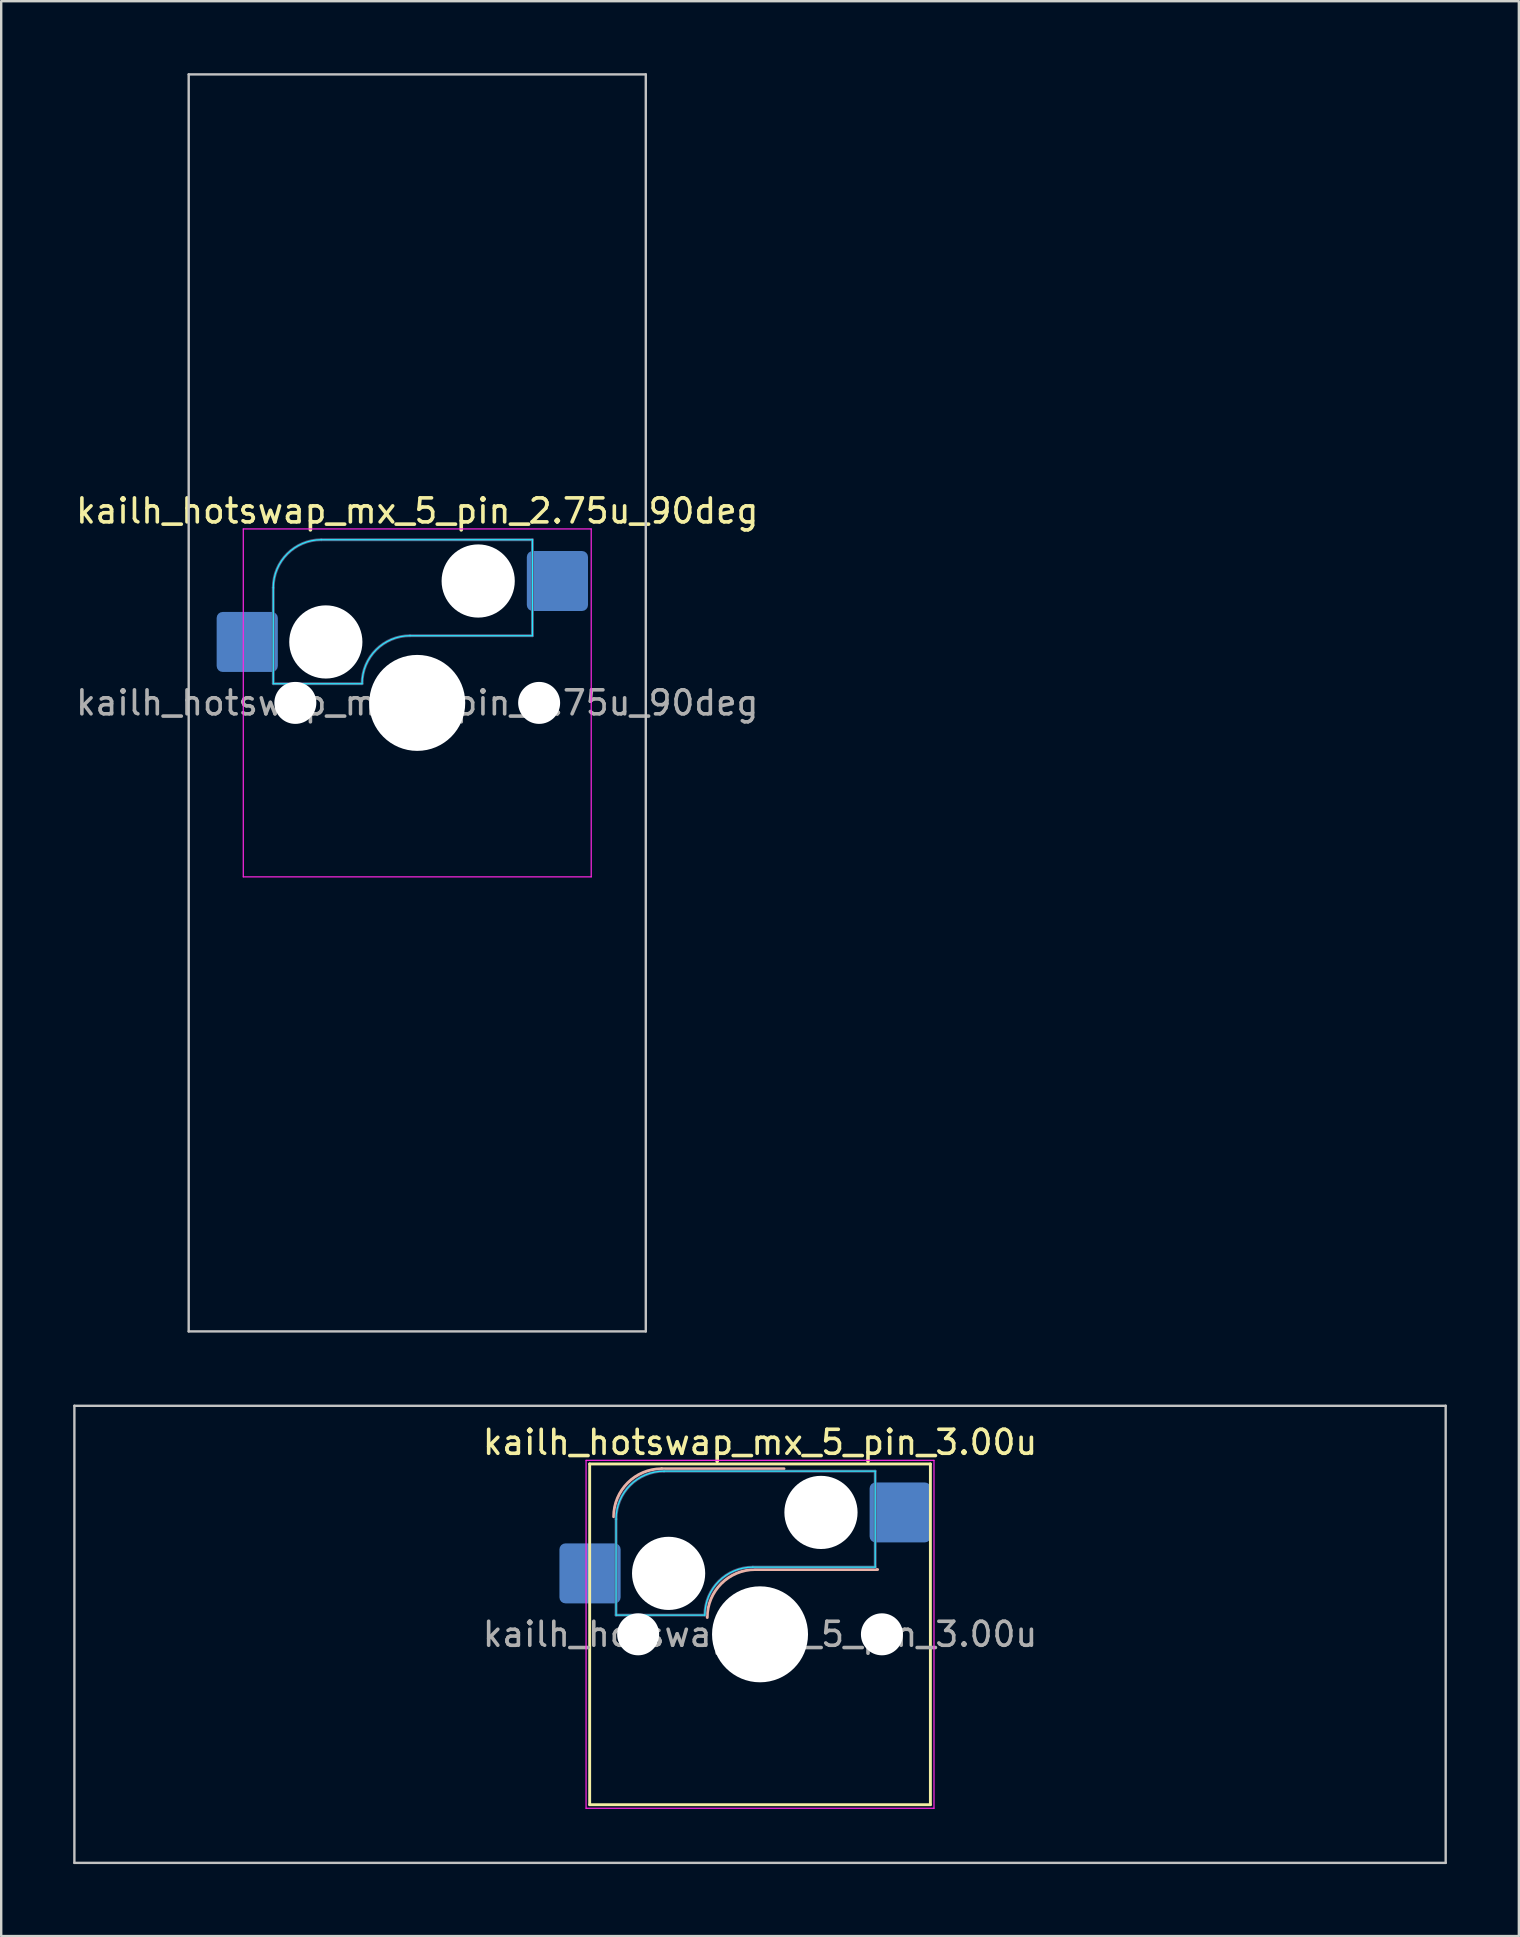
<source format=kicad_pcb>
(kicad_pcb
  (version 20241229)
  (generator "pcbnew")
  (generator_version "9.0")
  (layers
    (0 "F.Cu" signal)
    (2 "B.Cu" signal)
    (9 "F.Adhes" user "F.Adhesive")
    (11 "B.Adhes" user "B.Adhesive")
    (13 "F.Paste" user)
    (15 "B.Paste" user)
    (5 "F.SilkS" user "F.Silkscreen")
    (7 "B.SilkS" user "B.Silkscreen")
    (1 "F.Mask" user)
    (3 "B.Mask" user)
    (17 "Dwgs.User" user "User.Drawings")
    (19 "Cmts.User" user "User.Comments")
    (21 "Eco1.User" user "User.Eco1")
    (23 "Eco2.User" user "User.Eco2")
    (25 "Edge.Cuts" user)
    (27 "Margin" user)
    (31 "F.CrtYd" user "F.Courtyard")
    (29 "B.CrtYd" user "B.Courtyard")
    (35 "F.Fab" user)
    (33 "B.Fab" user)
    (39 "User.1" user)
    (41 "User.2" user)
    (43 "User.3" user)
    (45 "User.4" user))
  (footprint "kailh_hotswap_mx_5_pin_2.75u_90deg"
    (layer "F.Cu")
    (at 14.339 26.244)
    (property "Reference" "kailh_hotswap_mx_5_pin_2.75u_90deg" (at 0 -8 0) (layer "F.SilkS") (effects (font (size 1 1) (thickness 0.15))))
    (attr smd)
    (fp_line (start -9.525 -26.194) (end 9.525 -26.194) (stroke (width 0.1) (type solid)) (layer "Dwgs.User"))
    (fp_line (start -9.525 26.194) (end -9.525 -26.194) (stroke (width 0.1) (type solid)) (layer "Dwgs.User"))
    (fp_line (start 9.525 -26.194) (end 9.525 26.194) (stroke (width 0.1) (type solid)) (layer "Dwgs.User"))
    (fp_line (start 9.525 26.194) (end -9.525 26.194) (stroke (width 0.1) (type solid)) (layer "Dwgs.User"))
    (fp_line (start -6 -0.8) (end -6 -4.8) (stroke (width 0.05) (type solid)) (layer "B.CrtYd"))
    (fp_line (start -6 -0.8) (end -2.3 -0.8) (stroke (width 0.05) (type solid)) (layer "B.CrtYd"))
    (fp_line (start -4 -6.8) (end 4.8 -6.8) (stroke (width 0.05) (type solid)) (layer "B.CrtYd"))
    (fp_line (start -0.3 -2.8) (end 4.8 -2.8) (stroke (width 0.05) (type solid)) (layer "B.CrtYd"))
    (fp_line (start 4.8 -6.8) (end 4.8 -2.8) (stroke (width 0.05) (type solid)) (layer "B.CrtYd"))
    (fp_arc (start -6 -4.8) (mid -5.414214 -6.214214) (end -4 -6.8) (stroke (width 0.05) (type solid)) (layer "B.CrtYd"))
    (fp_arc (start -2.3 -0.8) (mid -1.714214 -2.214214) (end -0.3 -2.8) (stroke (width 0.05) (type solid)) (layer "B.CrtYd"))
    (fp_line (start -7.25 -7.25) (end -7.25 7.25) (stroke (width 0.05) (type solid)) (layer "F.CrtYd"))
    (fp_line (start -7.25 7.25) (end 7.25 7.25) (stroke (width 0.05) (type solid)) (layer "F.CrtYd"))
    (fp_line (start 7.25 -7.25) (end -7.25 -7.25) (stroke (width 0.05) (type solid)) (layer "F.CrtYd"))
    (fp_line (start 7.25 7.25) (end 7.25 -7.25) (stroke (width 0.05) (type solid)) (layer "F.CrtYd"))
    (fp_line (start -6 -0.8) (end -6 -4.8) (stroke (width 0.12) (type solid)) (layer "B.Fab"))
    (fp_line (start -6 -0.8) (end -2.3 -0.8) (stroke (width 0.12) (type solid)) (layer "B.Fab"))
    (fp_line (start -4 -6.8) (end 4.8 -6.8) (stroke (width 0.12) (type solid)) (layer "B.Fab"))
    (fp_line (start -0.3 -2.8) (end 4.8 -2.8) (stroke (width 0.12) (type solid)) (layer "B.Fab"))
    (fp_line (start 4.8 -6.8) (end 4.8 -2.8) (stroke (width 0.12) (type solid)) (layer "B.Fab"))
    (fp_arc (start -6 -4.8) (mid -5.414214 -6.214214) (end -4 -6.8) (stroke (width 0.12) (type solid)) (layer "B.Fab"))
    (fp_arc (start -2.3 -0.8) (mid -1.714214 -2.214214) (end -0.3 -2.8) (stroke (width 0.12) (type solid)) (layer "B.Fab"))
    (fp_text user "${REFERENCE}" (at 0 0 0) (layer "F.Fab") (effects (font (size 1 1) (thickness 0.15))))
    (pad "" np_thru_hole circle (at -5.08 0) (size 1.75 1.75) (drill 1.75) (layers "*.Cu" "*.Mask"))
    (pad "" np_thru_hole circle (at -3.81 -2.54) (size 3.05 3.05) (drill 3.05) (layers "*.Cu" "*.Mask"))
    (pad "" np_thru_hole circle (at 0 0) (size 4 4) (drill 4) (layers "*.Cu" "*.Mask"))
    (pad "" np_thru_hole circle (at 2.54 -5.08) (size 3.05 3.05) (drill 3.05) (layers "*.Cu" "*.Mask"))
    (pad "" np_thru_hole circle (at 5.08 0) (size 1.75 1.75) (drill 1.75) (layers "*.Cu" "*.Mask"))
    (pad "1" smd roundrect (at -7.085 -2.54) (size 2.55 2.5) (layers "B.Cu" "B.Mask" "B.Paste") (roundrect_rratio 0.1))
    (pad "2" smd roundrect (at 5.842 -5.08) (size 2.55 2.5) (layers "B.Cu" "B.Mask" "B.Paste") (roundrect_rratio 0.1)))
  (footprint "kailh_hotswap_mx_5_pin_3.00u"
    (layer "F.Cu")
    (at 28.625 65.062)
    (property "Reference" "kailh_hotswap_mx_5_pin_3.00u" (at 0 -8 0) (layer "F.SilkS") (effects (font (size 1 1) (thickness 0.15))))
    (attr smd)
    (fp_line (start -7.1 -7.1) (end -7.1 7.1) (stroke (width 0.12) (type solid)) (layer "F.SilkS"))
    (fp_line (start -7.1 7.1) (end 7.1 7.1) (stroke (width 0.12) (type solid)) (layer "F.SilkS"))
    (fp_line (start 7.1 -7.1) (end -7.1 -7.1) (stroke (width 0.12) (type solid)) (layer "F.SilkS"))
    (fp_line (start 7.1 7.1) (end 7.1 -7.1) (stroke (width 0.12) (type solid)) (layer "F.SilkS"))
    (fp_line (start -4.1 -6.9) (end 1 -6.9) (stroke (width 0.12) (type solid)) (layer "B.SilkS"))
    (fp_line (start -0.2 -2.7) (end 4.9 -2.7) (stroke (width 0.12) (type solid)) (layer "B.SilkS"))
    (fp_arc (start -6.1 -4.9) (mid -5.514214 -6.314214) (end -4.1 -6.9) (stroke (width 0.12) (type solid)) (layer "B.SilkS"))
    (fp_arc (start -2.2 -0.7) (mid -1.614214 -2.114214) (end -0.2 -2.7) (stroke (width 0.12) (type solid)) (layer "B.SilkS"))
    (fp_line (start -28.575 -9.525) (end -28.575 9.525) (stroke (width 0.1) (type solid)) (layer "Dwgs.User"))
    (fp_line (start -28.575 9.525) (end 28.575 9.525) (stroke (width 0.1) (type solid)) (layer "Dwgs.User"))
    (fp_line (start 28.575 -9.525) (end -28.575 -9.525) (stroke (width 0.1) (type solid)) (layer "Dwgs.User"))
    (fp_line (start 28.575 9.525) (end 28.575 -9.525) (stroke (width 0.1) (type solid)) (layer "Dwgs.User"))
    (fp_line (start -6 -0.8) (end -6 -4.8) (stroke (width 0.05) (type solid)) (layer "B.CrtYd"))
    (fp_line (start -6 -0.8) (end -2.3 -0.8) (stroke (width 0.05) (type solid)) (layer "B.CrtYd"))
    (fp_line (start -4 -6.8) (end 4.8 -6.8) (stroke (width 0.05) (type solid)) (layer "B.CrtYd"))
    (fp_line (start -0.3 -2.8) (end 4.8 -2.8) (stroke (width 0.05) (type solid)) (layer "B.CrtYd"))
    (fp_line (start 4.8 -6.8) (end 4.8 -2.8) (stroke (width 0.05) (type solid)) (layer "B.CrtYd"))
    (fp_arc (start -6 -4.8) (mid -5.414214 -6.214214) (end -4 -6.8) (stroke (width 0.05) (type solid)) (layer "B.CrtYd"))
    (fp_arc (start -2.3 -0.8) (mid -1.714214 -2.214214) (end -0.3 -2.8) (stroke (width 0.05) (type solid)) (layer "B.CrtYd"))
    (fp_line (start -7.25 -7.25) (end -7.25 7.25) (stroke (width 0.05) (type solid)) (layer "F.CrtYd"))
    (fp_line (start -7.25 7.25) (end 7.25 7.25) (stroke (width 0.05) (type solid)) (layer "F.CrtYd"))
    (fp_line (start 7.25 -7.25) (end -7.25 -7.25) (stroke (width 0.05) (type solid)) (layer "F.CrtYd"))
    (fp_line (start 7.25 7.25) (end 7.25 -7.25) (stroke (width 0.05) (type solid)) (layer "F.CrtYd"))
    (fp_line (start -6 -0.8) (end -6 -4.8) (stroke (width 0.12) (type solid)) (layer "B.Fab"))
    (fp_line (start -6 -0.8) (end -2.3 -0.8) (stroke (width 0.12) (type solid)) (layer "B.Fab"))
    (fp_line (start -4 -6.8) (end 4.8 -6.8) (stroke (width 0.12) (type solid)) (layer "B.Fab"))
    (fp_line (start -0.3 -2.8) (end 4.8 -2.8) (stroke (width 0.12) (type solid)) (layer "B.Fab"))
    (fp_line (start 4.8 -6.8) (end 4.8 -2.8) (stroke (width 0.12) (type solid)) (layer "B.Fab"))
    (fp_arc (start -6 -4.8) (mid -5.414214 -6.214214) (end -4 -6.8) (stroke (width 0.12) (type solid)) (layer "B.Fab"))
    (fp_arc (start -2.3 -0.8) (mid -1.714214 -2.214214) (end -0.3 -2.8) (stroke (width 0.12) (type solid)) (layer "B.Fab"))
    (fp_text user "${REFERENCE}" (at 0 0 0) (layer "F.Fab") (effects (font (size 1 1) (thickness 0.15))))
    (pad "" np_thru_hole circle (at -5.08 0) (size 1.75 1.75) (drill 1.75) (layers "*.Cu" "*.Mask"))
    (pad "" np_thru_hole circle (at -3.81 -2.54) (size 3.05 3.05) (drill 3.05) (layers "*.Cu" "*.Mask"))
    (pad "" np_thru_hole circle (at 0 0) (size 4 4) (drill 4) (layers "*.Cu" "*.Mask"))
    (pad "" np_thru_hole circle (at 2.54 -5.08) (size 3.05 3.05) (drill 3.05) (layers "*.Cu" "*.Mask"))
    (pad "" np_thru_hole circle (at 5.08 0) (size 1.75 1.75) (drill 1.75) (layers "*.Cu" "*.Mask"))
    (pad "1" smd roundrect (at -7.085 -2.54) (size 2.55 2.5) (layers "B.Cu" "B.Mask" "B.Paste") (roundrect_rratio 0.1))
    (pad "2" smd roundrect (at 5.842 -5.08) (size 2.55 2.5) (layers "B.Cu" "B.Mask" "B.Paste") (roundrect_rratio 0.1)))
  (gr_rect
    (start -3 -3)
    (end 60.25 77.638)
    (stroke (width 0.1) (type default))
    (fill no)
    (layer "Edge.Cuts")))
</source>
